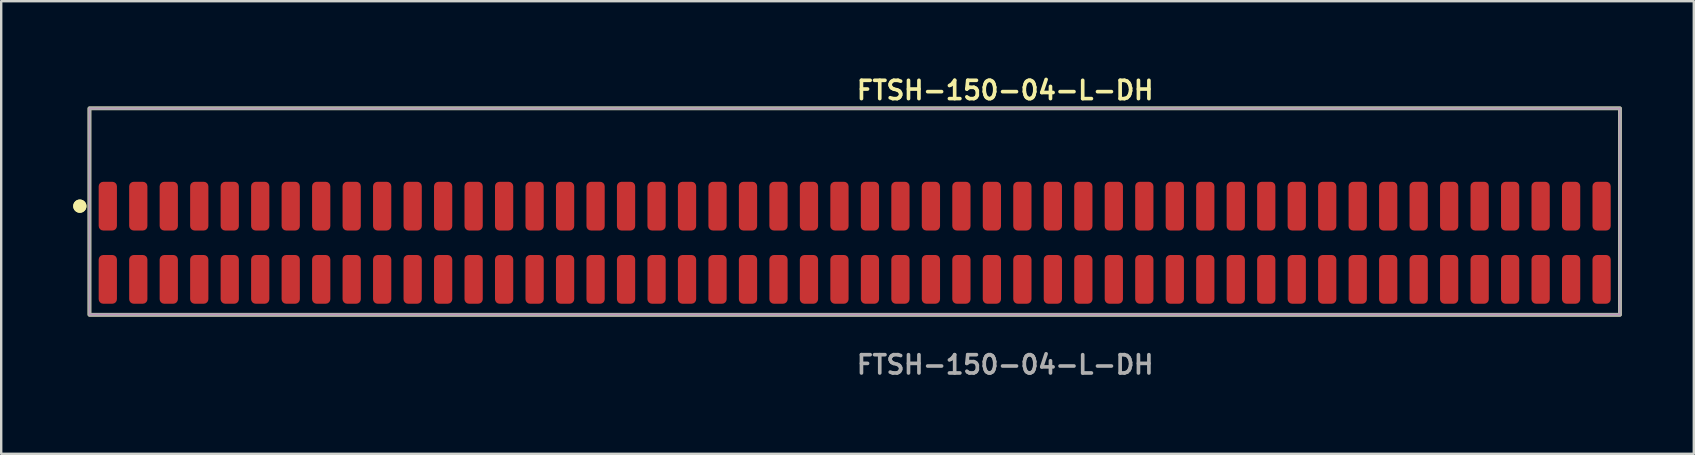
<source format=kicad_pcb>
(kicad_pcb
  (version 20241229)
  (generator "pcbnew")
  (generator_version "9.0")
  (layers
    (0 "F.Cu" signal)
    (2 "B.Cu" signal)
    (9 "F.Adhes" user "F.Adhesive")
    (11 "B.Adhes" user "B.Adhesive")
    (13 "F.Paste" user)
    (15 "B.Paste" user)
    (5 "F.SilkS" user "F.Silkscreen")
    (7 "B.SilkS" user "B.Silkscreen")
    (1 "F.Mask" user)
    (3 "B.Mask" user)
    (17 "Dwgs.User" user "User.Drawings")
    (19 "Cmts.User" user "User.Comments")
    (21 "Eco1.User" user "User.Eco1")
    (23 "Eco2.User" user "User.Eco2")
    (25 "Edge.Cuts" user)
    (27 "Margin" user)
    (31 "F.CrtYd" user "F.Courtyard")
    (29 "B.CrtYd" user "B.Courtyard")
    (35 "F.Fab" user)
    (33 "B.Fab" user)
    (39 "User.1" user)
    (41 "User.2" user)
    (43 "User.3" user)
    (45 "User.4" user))
  (footprint "FTSH-150-04-L-DH"
    (layer "F.Cu")
    (at 32.556 7.063)
    (property "Reference" "FTSH-150-04-L-DH" (at 0 -6.35 0) (unlocked yes) (layer "F.SilkS") (effects (font (size 0.762 0.762) (thickness 0.152)) (justify left)))
    (fp_rect (start -31.88 3) (end 31.88 -5.6) (stroke (width 0.152) (type solid)) (fill no) (layer "F.SilkS"))
    (fp_circle (center -32.28 -1.525) (end -32.48 -1.525) (stroke (width 0.152) (type solid)) (fill yes) (layer "F.SilkS"))
    (fp_circle (center -32.28 -1.525) (end -32.48 -1.525) (stroke (width 0.152) (type solid)) (fill yes) (layer "F.SilkS"))
    (fp_rect (start -31.88 3) (end 31.88 -5.6) (stroke (width 0.006) (type solid)) (fill no) (layer "F.CrtYd"))
    (fp_rect (start -31.88 3) (end 31.88 -5.6) (stroke (width 0.152) (type solid)) (fill no) (layer "F.Fab"))
    (fp_text user "${REFERENCE}" (at 0 5.08 0) (unlocked yes) (layer "F.Fab") (effects (font (size 0.762 0.762) (thickness 0.152)) (justify left)))
    (pad "1" smd roundrect (at -31.115 -1.525) (size 0.76 2.03) (layers "F.Cu" "F.Paste") (roundrect_rratio 0.25))
    (pad "2" smd roundrect (at -31.115 1.525) (size 0.76 2.03) (layers "F.Cu" "F.Paste") (roundrect_rratio 0.25))
    (pad "3" smd roundrect (at -29.845 -1.525) (size 0.76 2.03) (layers "F.Cu" "F.Paste") (roundrect_rratio 0.25))
    (pad "4" smd roundrect (at -29.845 1.525) (size 0.76 2.03) (layers "F.Cu" "F.Paste") (roundrect_rratio 0.25))
    (pad "5" smd roundrect (at -28.575 -1.525) (size 0.76 2.03) (layers "F.Cu" "F.Paste") (roundrect_rratio 0.25))
    (pad "6" smd roundrect (at -28.575 1.525) (size 0.76 2.03) (layers "F.Cu" "F.Paste") (roundrect_rratio 0.25))
    (pad "7" smd roundrect (at -27.305 -1.525) (size 0.76 2.03) (layers "F.Cu" "F.Paste") (roundrect_rratio 0.25))
    (pad "8" smd roundrect (at -27.305 1.525) (size 0.76 2.03) (layers "F.Cu" "F.Paste") (roundrect_rratio 0.25))
    (pad "9" smd roundrect (at -26.035 -1.525) (size 0.76 2.03) (layers "F.Cu" "F.Paste") (roundrect_rratio 0.25))
    (pad "10" smd roundrect (at -26.035 1.525) (size 0.76 2.03) (layers "F.Cu" "F.Paste") (roundrect_rratio 0.25))
    (pad "11" smd roundrect (at -24.765 -1.525) (size 0.76 2.03) (layers "F.Cu" "F.Paste") (roundrect_rratio 0.25))
    (pad "12" smd roundrect (at -24.765 1.525) (size 0.76 2.03) (layers "F.Cu" "F.Paste") (roundrect_rratio 0.25))
    (pad "13" smd roundrect (at -23.495 -1.525) (size 0.76 2.03) (layers "F.Cu" "F.Paste") (roundrect_rratio 0.25))
    (pad "14" smd roundrect (at -23.495 1.525) (size 0.76 2.03) (layers "F.Cu" "F.Paste") (roundrect_rratio 0.25))
    (pad "15" smd roundrect (at -22.225 -1.525) (size 0.76 2.03) (layers "F.Cu" "F.Paste") (roundrect_rratio 0.25))
    (pad "16" smd roundrect (at -22.225 1.525) (size 0.76 2.03) (layers "F.Cu" "F.Paste") (roundrect_rratio 0.25))
    (pad "17" smd roundrect (at -20.955 -1.525) (size 0.76 2.03) (layers "F.Cu" "F.Paste") (roundrect_rratio 0.25))
    (pad "18" smd roundrect (at -20.955 1.525) (size 0.76 2.03) (layers "F.Cu" "F.Paste") (roundrect_rratio 0.25))
    (pad "19" smd roundrect (at -19.685 -1.525) (size 0.76 2.03) (layers "F.Cu" "F.Paste") (roundrect_rratio 0.25))
    (pad "20" smd roundrect (at -19.685 1.525) (size 0.76 2.03) (layers "F.Cu" "F.Paste") (roundrect_rratio 0.25))
    (pad "21" smd roundrect (at -18.415 -1.525) (size 0.76 2.03) (layers "F.Cu" "F.Paste") (roundrect_rratio 0.25))
    (pad "22" smd roundrect (at -18.415 1.525) (size 0.76 2.03) (layers "F.Cu" "F.Paste") (roundrect_rratio 0.25))
    (pad "23" smd roundrect (at -17.145 -1.525) (size 0.76 2.03) (layers "F.Cu" "F.Paste") (roundrect_rratio 0.25))
    (pad "24" smd roundrect (at -17.145 1.525) (size 0.76 2.03) (layers "F.Cu" "F.Paste") (roundrect_rratio 0.25))
    (pad "25" smd roundrect (at -15.875 -1.525) (size 0.76 2.03) (layers "F.Cu" "F.Paste") (roundrect_rratio 0.25))
    (pad "26" smd roundrect (at -15.875 1.525) (size 0.76 2.03) (layers "F.Cu" "F.Paste") (roundrect_rratio 0.25))
    (pad "27" smd roundrect (at -14.605 -1.525) (size 0.76 2.03) (layers "F.Cu" "F.Paste") (roundrect_rratio 0.25))
    (pad "28" smd roundrect (at -14.605 1.525) (size 0.76 2.03) (layers "F.Cu" "F.Paste") (roundrect_rratio 0.25))
    (pad "29" smd roundrect (at -13.335 -1.525) (size 0.76 2.03) (layers "F.Cu" "F.Paste") (roundrect_rratio 0.25))
    (pad "30" smd roundrect (at -13.335 1.525) (size 0.76 2.03) (layers "F.Cu" "F.Paste") (roundrect_rratio 0.25))
    (pad "31" smd roundrect (at -12.065 -1.525) (size 0.76 2.03) (layers "F.Cu" "F.Paste") (roundrect_rratio 0.25))
    (pad "32" smd roundrect (at -12.065 1.525) (size 0.76 2.03) (layers "F.Cu" "F.Paste") (roundrect_rratio 0.25))
    (pad "33" smd roundrect (at -10.795 -1.525) (size 0.76 2.03) (layers "F.Cu" "F.Paste") (roundrect_rratio 0.25))
    (pad "34" smd roundrect (at -10.795 1.525) (size 0.76 2.03) (layers "F.Cu" "F.Paste") (roundrect_rratio 0.25))
    (pad "35" smd roundrect (at -9.525 -1.525) (size 0.76 2.03) (layers "F.Cu" "F.Paste") (roundrect_rratio 0.25))
    (pad "36" smd roundrect (at -9.525 1.525) (size 0.76 2.03) (layers "F.Cu" "F.Paste") (roundrect_rratio 0.25))
    (pad "37" smd roundrect (at -8.255 -1.525) (size 0.76 2.03) (layers "F.Cu" "F.Paste") (roundrect_rratio 0.25))
    (pad "38" smd roundrect (at -8.255 1.525) (size 0.76 2.03) (layers "F.Cu" "F.Paste") (roundrect_rratio 0.25))
    (pad "39" smd roundrect (at -6.985 -1.525) (size 0.76 2.03) (layers "F.Cu" "F.Paste") (roundrect_rratio 0.25))
    (pad "40" smd roundrect (at -6.985 1.525) (size 0.76 2.03) (layers "F.Cu" "F.Paste") (roundrect_rratio 0.25))
    (pad "41" smd roundrect (at -5.715 -1.525) (size 0.76 2.03) (layers "F.Cu" "F.Paste") (roundrect_rratio 0.25))
    (pad "42" smd roundrect (at -5.715 1.525) (size 0.76 2.03) (layers "F.Cu" "F.Paste") (roundrect_rratio 0.25))
    (pad "43" smd roundrect (at -4.445 -1.525) (size 0.76 2.03) (layers "F.Cu" "F.Paste") (roundrect_rratio 0.25))
    (pad "44" smd roundrect (at -4.445 1.525) (size 0.76 2.03) (layers "F.Cu" "F.Paste") (roundrect_rratio 0.25))
    (pad "45" smd roundrect (at -3.175 -1.525) (size 0.76 2.03) (layers "F.Cu" "F.Paste") (roundrect_rratio 0.25))
    (pad "46" smd roundrect (at -3.175 1.525) (size 0.76 2.03) (layers "F.Cu" "F.Paste") (roundrect_rratio 0.25))
    (pad "47" smd roundrect (at -1.905 -1.525) (size 0.76 2.03) (layers "F.Cu" "F.Paste") (roundrect_rratio 0.25))
    (pad "48" smd roundrect (at -1.905 1.525) (size 0.76 2.03) (layers "F.Cu" "F.Paste") (roundrect_rratio 0.25))
    (pad "49" smd roundrect (at -0.635 -1.525) (size 0.76 2.03) (layers "F.Cu" "F.Paste") (roundrect_rratio 0.25))
    (pad "50" smd roundrect (at -0.635 1.525) (size 0.76 2.03) (layers "F.Cu" "F.Paste") (roundrect_rratio 0.25))
    (pad "51" smd roundrect (at 0.635 -1.525) (size 0.76 2.03) (layers "F.Cu" "F.Paste") (roundrect_rratio 0.25))
    (pad "52" smd roundrect (at 0.635 1.525) (size 0.76 2.03) (layers "F.Cu" "F.Paste") (roundrect_rratio 0.25))
    (pad "53" smd roundrect (at 1.905 -1.525) (size 0.76 2.03) (layers "F.Cu" "F.Paste") (roundrect_rratio 0.25))
    (pad "54" smd roundrect (at 1.905 1.525) (size 0.76 2.03) (layers "F.Cu" "F.Paste") (roundrect_rratio 0.25))
    (pad "55" smd roundrect (at 3.175 -1.525) (size 0.76 2.03) (layers "F.Cu" "F.Paste") (roundrect_rratio 0.25))
    (pad "56" smd roundrect (at 3.175 1.525) (size 0.76 2.03) (layers "F.Cu" "F.Paste") (roundrect_rratio 0.25))
    (pad "57" smd roundrect (at 4.445 -1.525) (size 0.76 2.03) (layers "F.Cu" "F.Paste") (roundrect_rratio 0.25))
    (pad "58" smd roundrect (at 4.445 1.525) (size 0.76 2.03) (layers "F.Cu" "F.Paste") (roundrect_rratio 0.25))
    (pad "59" smd roundrect (at 5.715 -1.525) (size 0.76 2.03) (layers "F.Cu" "F.Paste") (roundrect_rratio 0.25))
    (pad "60" smd roundrect (at 5.715 1.525) (size 0.76 2.03) (layers "F.Cu" "F.Paste") (roundrect_rratio 0.25))
    (pad "61" smd roundrect (at 6.985 -1.525) (size 0.76 2.03) (layers "F.Cu" "F.Paste") (roundrect_rratio 0.25))
    (pad "62" smd roundrect (at 6.985 1.525) (size 0.76 2.03) (layers "F.Cu" "F.Paste") (roundrect_rratio 0.25))
    (pad "63" smd roundrect (at 8.255 -1.525) (size 0.76 2.03) (layers "F.Cu" "F.Paste") (roundrect_rratio 0.25))
    (pad "64" smd roundrect (at 8.255 1.525) (size 0.76 2.03) (layers "F.Cu" "F.Paste") (roundrect_rratio 0.25))
    (pad "65" smd roundrect (at 9.525 -1.525) (size 0.76 2.03) (layers "F.Cu" "F.Paste") (roundrect_rratio 0.25))
    (pad "66" smd roundrect (at 9.525 1.525) (size 0.76 2.03) (layers "F.Cu" "F.Paste") (roundrect_rratio 0.25))
    (pad "67" smd roundrect (at 10.795 -1.525) (size 0.76 2.03) (layers "F.Cu" "F.Paste") (roundrect_rratio 0.25))
    (pad "68" smd roundrect (at 10.795 1.525) (size 0.76 2.03) (layers "F.Cu" "F.Paste") (roundrect_rratio 0.25))
    (pad "69" smd roundrect (at 12.065 -1.525) (size 0.76 2.03) (layers "F.Cu" "F.Paste") (roundrect_rratio 0.25))
    (pad "70" smd roundrect (at 12.065 1.525) (size 0.76 2.03) (layers "F.Cu" "F.Paste") (roundrect_rratio 0.25))
    (pad "71" smd roundrect (at 13.335 -1.525) (size 0.76 2.03) (layers "F.Cu" "F.Paste") (roundrect_rratio 0.25))
    (pad "72" smd roundrect (at 13.335 1.525) (size 0.76 2.03) (layers "F.Cu" "F.Paste") (roundrect_rratio 0.25))
    (pad "73" smd roundrect (at 14.605 -1.525) (size 0.76 2.03) (layers "F.Cu" "F.Paste") (roundrect_rratio 0.25))
    (pad "74" smd roundrect (at 14.605 1.525) (size 0.76 2.03) (layers "F.Cu" "F.Paste") (roundrect_rratio 0.25))
    (pad "75" smd roundrect (at 15.875 -1.525) (size 0.76 2.03) (layers "F.Cu" "F.Paste") (roundrect_rratio 0.25))
    (pad "76" smd roundrect (at 15.875 1.525) (size 0.76 2.03) (layers "F.Cu" "F.Paste") (roundrect_rratio 0.25))
    (pad "77" smd roundrect (at 17.145 -1.525) (size 0.76 2.03) (layers "F.Cu" "F.Paste") (roundrect_rratio 0.25))
    (pad "78" smd roundrect (at 17.145 1.525) (size 0.76 2.03) (layers "F.Cu" "F.Paste") (roundrect_rratio 0.25))
    (pad "79" smd roundrect (at 18.415 -1.525) (size 0.76 2.03) (layers "F.Cu" "F.Paste") (roundrect_rratio 0.25))
    (pad "80" smd roundrect (at 18.415 1.525) (size 0.76 2.03) (layers "F.Cu" "F.Paste") (roundrect_rratio 0.25))
    (pad "81" smd roundrect (at 19.685 -1.525) (size 0.76 2.03) (layers "F.Cu" "F.Paste") (roundrect_rratio 0.25))
    (pad "82" smd roundrect (at 19.685 1.525) (size 0.76 2.03) (layers "F.Cu" "F.Paste") (roundrect_rratio 0.25))
    (pad "83" smd roundrect (at 20.955 -1.525) (size 0.76 2.03) (layers "F.Cu" "F.Paste") (roundrect_rratio 0.25))
    (pad "84" smd roundrect (at 20.955 1.525) (size 0.76 2.03) (layers "F.Cu" "F.Paste") (roundrect_rratio 0.25))
    (pad "85" smd roundrect (at 22.225 -1.525) (size 0.76 2.03) (layers "F.Cu" "F.Paste") (roundrect_rratio 0.25))
    (pad "86" smd roundrect (at 22.225 1.525) (size 0.76 2.03) (layers "F.Cu" "F.Paste") (roundrect_rratio 0.25))
    (pad "87" smd roundrect (at 23.495 -1.525) (size 0.76 2.03) (layers "F.Cu" "F.Paste") (roundrect_rratio 0.25))
    (pad "88" smd roundrect (at 23.495 1.525) (size 0.76 2.03) (layers "F.Cu" "F.Paste") (roundrect_rratio 0.25))
    (pad "89" smd roundrect (at 24.765 -1.525) (size 0.76 2.03) (layers "F.Cu" "F.Paste") (roundrect_rratio 0.25))
    (pad "90" smd roundrect (at 24.765 1.525) (size 0.76 2.03) (layers "F.Cu" "F.Paste") (roundrect_rratio 0.25))
    (pad "91" smd roundrect (at 26.035 -1.525) (size 0.76 2.03) (layers "F.Cu" "F.Paste") (roundrect_rratio 0.25))
    (pad "92" smd roundrect (at 26.035 1.525) (size 0.76 2.03) (layers "F.Cu" "F.Paste") (roundrect_rratio 0.25))
    (pad "93" smd roundrect (at 27.305 -1.525) (size 0.76 2.03) (layers "F.Cu" "F.Paste") (roundrect_rratio 0.25))
    (pad "94" smd roundrect (at 27.305 1.525) (size 0.76 2.03) (layers "F.Cu" "F.Paste") (roundrect_rratio 0.25))
    (pad "95" smd roundrect (at 28.575 -1.525) (size 0.76 2.03) (layers "F.Cu" "F.Paste") (roundrect_rratio 0.25))
    (pad "96" smd roundrect (at 28.575 1.525) (size 0.76 2.03) (layers "F.Cu" "F.Paste") (roundrect_rratio 0.25))
    (pad "97" smd roundrect (at 29.845 -1.525) (size 0.76 2.03) (layers "F.Cu" "F.Paste") (roundrect_rratio 0.25))
    (pad "98" smd roundrect (at 29.845 1.525) (size 0.76 2.03) (layers "F.Cu" "F.Paste") (roundrect_rratio 0.25))
    (pad "99" smd roundrect (at 31.115 -1.525) (size 0.76 2.03) (layers "F.Cu" "F.Paste") (roundrect_rratio 0.25))
    (pad "100" smd roundrect (at 31.115 1.525) (size 0.76 2.03) (layers "F.Cu" "F.Paste") (roundrect_rratio 0.25)))
  (gr_rect
    (start -3 -3)
    (end 67.512 15.856)
    (stroke (width 0.1) (type default))
    (fill no)
    (layer "Edge.Cuts")))
</source>
